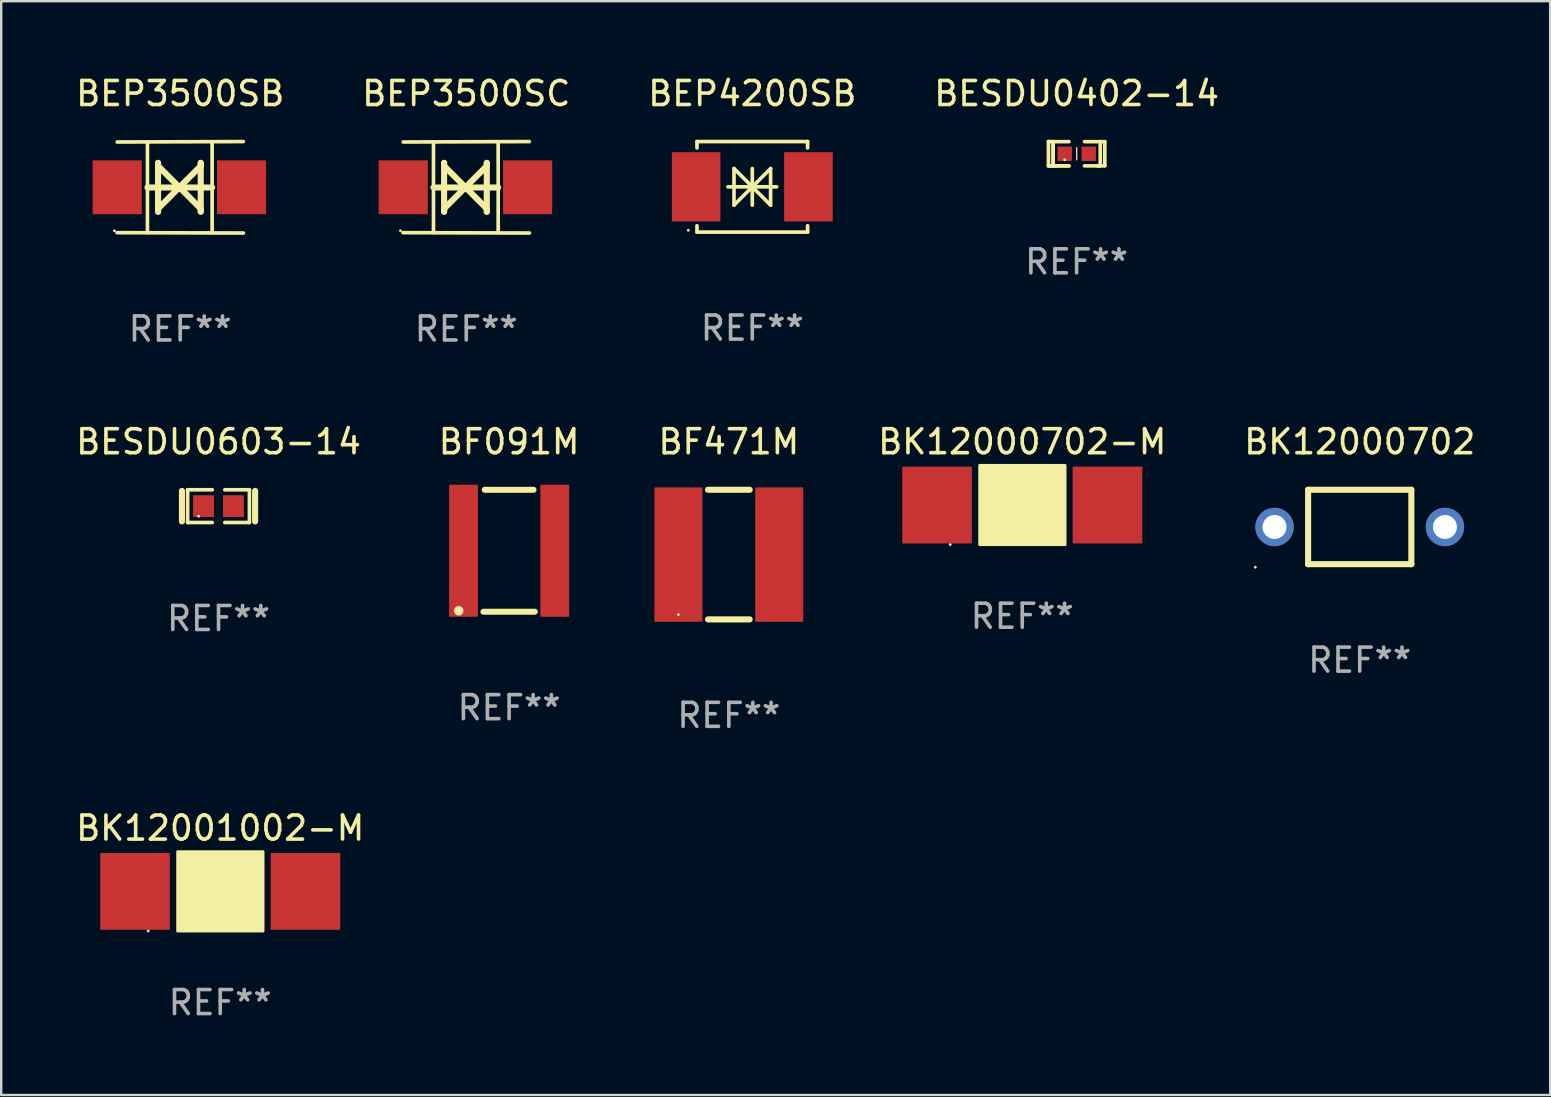
<source format=kicad_pcb>
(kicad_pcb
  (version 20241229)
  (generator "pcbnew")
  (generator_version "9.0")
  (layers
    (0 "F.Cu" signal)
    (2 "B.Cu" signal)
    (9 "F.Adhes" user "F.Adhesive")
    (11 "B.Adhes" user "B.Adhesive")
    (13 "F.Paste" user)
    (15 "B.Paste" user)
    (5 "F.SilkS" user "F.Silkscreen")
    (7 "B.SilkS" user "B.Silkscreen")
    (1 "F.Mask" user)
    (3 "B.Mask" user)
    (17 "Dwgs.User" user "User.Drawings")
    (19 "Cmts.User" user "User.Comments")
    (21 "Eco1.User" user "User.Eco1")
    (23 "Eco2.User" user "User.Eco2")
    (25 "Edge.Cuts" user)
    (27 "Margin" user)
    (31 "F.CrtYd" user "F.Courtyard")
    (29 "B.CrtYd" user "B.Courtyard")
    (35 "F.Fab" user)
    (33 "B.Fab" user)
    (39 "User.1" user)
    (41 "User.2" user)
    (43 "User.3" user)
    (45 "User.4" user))
  (footprint "BK12000702-M"
    (layer "F.Cu")
    (at 39.539 17.99)
    (property "Reference" "BK12000702-M" (at 0 -2.635 0) (layer "F.SilkS") (effects (font (size 1 1) (thickness 0.15))))
    (attr through_hole)
    (fp_line (start -0.636 -0.635) (end -0.255 -0.254) (stroke (width 0.254) (type solid)) (layer "F.SilkS"))
    (fp_line (start -0.636 0.635) (end -0.636 -0.635) (stroke (width 0.254) (type solid)) (layer "F.SilkS"))
    (fp_line (start -0.509 -0.508) (end 0.634 0.635) (stroke (width 0.254) (type solid)) (layer "F.SilkS"))
    (fp_line (start 0.634 -0.635) (end -0.636 0.635) (stroke (width 0.254) (type solid)) (layer "F.SilkS"))
    (fp_line (start 0.634 0.635) (end 0.634 -0.635) (stroke (width 0.254) (type solid)) (layer "F.SilkS"))
    (fp_circle (center -3 1.65) (end -2.97 1.65) (stroke (width 0.06) (type solid)) (fill no) (layer "F.SilkS"))
    (fp_poly (pts (xy -1.772 -1.651) (xy 1.784 -1.651) (xy 1.784 1.651) (xy -1.772 1.651)) (stroke (width 0.12) (type solid)) (fill yes) (layer "F.SilkS"))
    (fp_text user "REF**" (at 0 4.635 0) (layer "F.Fab") (effects (font (size 1 1) (thickness 0.15))))
    (pad "1" smd rect (at -3.55 0) (size 2.9 3.2) (layers "F.Cu" "F.Mask" "F.Paste"))
    (pad "2" smd rect (at 3.55 0) (size 2.9 3.2) (layers "F.Cu" "F.Mask" "F.Paste")))
  (footprint "BK12000702"
    (layer "F.Cu")
    (at 53.599 18.905)
    (property "Reference" "BK12000702" (at 0 -3.55 0) (layer "F.SilkS") (effects (font (size 1 1) (thickness 0.15))))
    (attr through_hole)
    (fp_line (start -2.15 -1.55) (end 2.15 -1.55) (stroke (width 0.254) (type solid)) (layer "F.SilkS"))
    (fp_line (start -2.15 1.55) (end -2.15 -1.55) (stroke (width 0.254) (type solid)) (layer "F.SilkS"))
    (fp_line (start 2.15 -1.55) (end 2.15 1.549) (stroke (width 0.254) (type solid)) (layer "F.SilkS"))
    (fp_line (start 2.15 1.55) (end -2.15 1.55) (stroke (width 0.254) (type solid)) (layer "F.SilkS"))
    (fp_circle (center -4.35 1.677) (end -4.32 1.677) (stroke (width 0.06) (type solid)) (fill no) (layer "F.SilkS"))
    (fp_text user "REF**" (at 0 5.55 0) (layer "F.Fab") (effects (font (size 1 1) (thickness 0.15))))
    (pad "1" thru_hole circle (at -3.55 0) (size 1.6 1.6) (drill 1) (layers "*.Cu" "*.Mask"))
    (pad "2" thru_hole circle (at 3.55 0) (size 1.6 1.6) (drill 1) (layers "*.Cu" "*.Mask")))
  (footprint "BESDU0402-14"
    (layer "F.Cu")
    (at 41.804 3.354)
    (property "Reference" "BESDU0402-14" (at 0 -2.506 0) (layer "F.SilkS") (effects (font (size 1 1) (thickness 0.15))))
    (attr through_hole)
    (fp_line (start -1.174 -0.506) (end -0.977 -0.502) (stroke (width 0.152) (type solid)) (layer "F.SilkS"))
    (fp_line (start -1.174 0.506) (end -1.174 -0.506) (stroke (width 0.152) (type solid)) (layer "F.SilkS"))
    (fp_line (start -0.977 -0.502) (end -0.977 0.506) (stroke (width 0.152) (type solid)) (layer "F.SilkS"))
    (fp_line (start -0.977 -0.502) (end -0.977 0.506) (stroke (width 0.152) (type solid)) (layer "F.SilkS"))
    (fp_line (start -0.977 0.506) (end -1.166 0.506) (stroke (width 0.152) (type solid)) (layer "F.SilkS"))
    (fp_line (start -0.977 0.506) (end -0.32 0.506) (stroke (width 0.152) (type solid)) (layer "F.SilkS"))
    (fp_line (start -0.977 0.506) (end -0.32 0.506) (stroke (width 0.152) (type solid)) (layer "F.SilkS"))
    (fp_line (start -0.971 0.506) (end -1.174 0.506) (stroke (width 0.152) (type solid)) (layer "F.SilkS"))
    (fp_line (start -0.32 -0.502) (end -0.977 -0.502) (stroke (width 0.152) (type solid)) (layer "F.SilkS"))
    (fp_line (start 0.004 -0.252) (end 0.004 0.256) (stroke (width 0.051) (type solid)) (layer "F.SilkS"))
    (fp_line (start 0.328 0.506) (end 0.985 0.506) (stroke (width 0.152) (type solid)) (layer "F.SilkS"))
    (fp_line (start 0.985 -0.502) (end 0.328 -0.502) (stroke (width 0.152) (type solid)) (layer "F.SilkS"))
    (fp_line (start 0.985 -0.502) (end 1.174 -0.502) (stroke (width 0.152) (type solid)) (layer "F.SilkS"))
    (fp_line (start 0.985 0.506) (end 0.985 -0.502) (stroke (width 0.152) (type solid)) (layer "F.SilkS"))
    (fp_line (start 1.174 -0.502) (end 1.174 0.502) (stroke (width 0.152) (type solid)) (layer "F.SilkS"))
    (fp_line (start 1.174 0.502) (end 0.851 0.502) (stroke (width 0.152) (type solid)) (layer "F.SilkS"))
    (fp_circle (center -0.497 0.253) (end -0.467 0.253) (stroke (width 0.06) (type solid)) (fill no) (layer "F.SilkS"))
    (fp_text user "REF**" (at 0 4.506 0) (layer "F.Fab") (effects (font (size 1 1) (thickness 0.15))))
    (pad "1" smd rect (at -0.496 0.002) (size 0.6 0.6) (layers "F.Cu" "F.Mask" "F.Paste"))
    (pad "2" smd rect (at 0.504 0.002) (size 0.6 0.6) (layers "F.Cu" "F.Mask" "F.Paste")))
  (footprint "BEP4200SB"
    (layer "F.Cu")
    (at 28.292 4.734)
    (property "Reference" "BEP4200SB" (at 0 -3.886 0) (layer "F.SilkS") (effects (font (size 1 1) (thickness 0.15))))
    (attr through_hole)
    (fp_line (start -2.304 -1.886) (end -2.304 -1.622) (stroke (width 0.152) (type solid)) (layer "F.SilkS"))
    (fp_line (start -2.304 -1.886) (end 2.304 -1.886) (stroke (width 0.152) (type solid)) (layer "F.SilkS"))
    (fp_line (start -2.304 1.622) (end -2.304 1.886) (stroke (width 0.152) (type solid)) (layer "F.SilkS"))
    (fp_line (start -2.304 1.886) (end 2.304 1.886) (stroke (width 0.152) (type solid)) (layer "F.SilkS"))
    (fp_line (start -1.016 0) (end 1.016 0) (stroke (width 0.152) (type solid)) (layer "F.SilkS"))
    (fp_line (start -0.762 -0.762) (end -0.762 0.762) (stroke (width 0.152) (type solid)) (layer "F.SilkS"))
    (fp_line (start -0.762 0.762) (end 0 0) (stroke (width 0.152) (type solid)) (layer "F.SilkS"))
    (fp_line (start 0 -0.762) (end 0 0.762) (stroke (width 0.152) (type solid)) (layer "F.SilkS"))
    (fp_line (start 0 0) (end -0.762 -0.762) (stroke (width 0.152) (type solid)) (layer "F.SilkS"))
    (fp_line (start 0 0) (end 0.762 0.762) (stroke (width 0.152) (type solid)) (layer "F.SilkS"))
    (fp_line (start 0.762 -0.762) (end 0 0) (stroke (width 0.152) (type solid)) (layer "F.SilkS"))
    (fp_line (start 0.762 0.762) (end 0.762 -0.762) (stroke (width 0.152) (type solid)) (layer "F.SilkS"))
    (fp_line (start 2.304 -1.886) (end 2.304 -1.622) (stroke (width 0.152) (type solid)) (layer "F.SilkS"))
    (fp_line (start 2.304 1.622) (end 2.304 1.886) (stroke (width 0.152) (type solid)) (layer "F.SilkS"))
    (fp_circle (center -2.668 1.81) (end -2.638 1.81) (stroke (width 0.06) (type solid)) (fill no) (layer "F.SilkS"))
    (fp_text user "REF**" (at 0 5.886 0) (layer "F.Fab") (effects (font (size 1 1) (thickness 0.15))))
    (pad "1" smd rect (at -2.34 0) (size 2.024 2.884) (layers "F.Cu" "F.Mask" "F.Paste"))
    (pad "2" smd rect (at 2.34 0) (size 2.024 2.884) (layers "F.Cu" "F.Mask" "F.Paste")))
  (footprint "BK12001002-M"
    (layer "F.Cu")
    (at 6.125 34.086)
    (property "Reference" "BK12001002-M" (at 0 -2.635 0) (layer "F.SilkS") (effects (font (size 1 1) (thickness 0.15))))
    (attr through_hole)
    (fp_line (start -0.636 -0.635) (end -0.255 -0.254) (stroke (width 0.254) (type solid)) (layer "F.SilkS"))
    (fp_line (start -0.636 0.635) (end -0.636 -0.635) (stroke (width 0.254) (type solid)) (layer "F.SilkS"))
    (fp_line (start -0.509 -0.508) (end 0.634 0.635) (stroke (width 0.254) (type solid)) (layer "F.SilkS"))
    (fp_line (start 0.634 -0.635) (end -0.636 0.635) (stroke (width 0.254) (type solid)) (layer "F.SilkS"))
    (fp_line (start 0.634 0.635) (end 0.634 -0.635) (stroke (width 0.254) (type solid)) (layer "F.SilkS"))
    (fp_circle (center -3 1.65) (end -2.97 1.65) (stroke (width 0.06) (type solid)) (fill no) (layer "F.SilkS"))
    (fp_poly (pts (xy -1.772 -1.651) (xy 1.784 -1.651) (xy 1.784 1.651) (xy -1.772 1.651)) (stroke (width 0.12) (type solid)) (fill yes) (layer "F.SilkS"))
    (fp_text user "REF**" (at 0 4.635 0) (layer "F.Fab") (effects (font (size 1 1) (thickness 0.15))))
    (pad "1" smd rect (at -3.55 0) (size 2.9 3.2) (layers "F.Cu" "F.Mask" "F.Paste"))
    (pad "2" smd rect (at 3.55 0) (size 2.9 3.2) (layers "F.Cu" "F.Mask" "F.Paste")))
  (footprint "BF091M"
    (layer "F.Cu")
    (at 18.161 19.895)
    (property "Reference" "BF091M" (at 0 -4.54 0) (layer "F.SilkS") (effects (font (size 1 1) (thickness 0.15))))
    (attr through_hole)
    (fp_line (start -1.071 2.54) (end 1.071 2.54) (stroke (width 0.25) (type solid)) (layer "F.SilkS"))
    (fp_line (start -1.016 -2.54) (end 1.016 -2.54) (stroke (width 0.25) (type solid)) (layer "F.SilkS"))
    (fp_circle (center -2.1 2.5) (end -2 2.5) (stroke (width 0.2) (type solid)) (fill no) (layer "F.SilkS"))
    (fp_text user "REF**" (at 0 6.54 0) (layer "F.Fab") (effects (font (size 1 1) (thickness 0.15))))
    (pad "1" smd rect (at -1.9 0) (size 1.2 5.5) (layers "F.Cu" "F.Mask" "F.Paste"))
    (pad "2" smd rect (at 1.9 0) (size 1.2 5.5) (layers "F.Cu" "F.Mask" "F.Paste")))
  (footprint "BF471M"
    (layer "F.Cu")
    (at 27.314 20.055)
    (property "Reference" "BF471M" (at 0 -4.7 0) (layer "F.SilkS") (effects (font (size 1 1) (thickness 0.15))))
    (attr through_hole)
    (fp_line (start -0.869 -2.7) (end 0.869 -2.7) (stroke (width 0.254) (type solid)) (layer "F.SilkS"))
    (fp_line (start -0.869 2.7) (end 0.869 2.7) (stroke (width 0.254) (type solid)) (layer "F.SilkS"))
    (fp_circle (center -2.1 2.5) (end -2.07 2.5) (stroke (width 0.06) (type solid)) (fill no) (layer "F.SilkS"))
    (fp_text user "REF**" (at 0 6.7 0) (layer "F.Fab") (effects (font (size 1 1) (thickness 0.15))))
    (pad "1" smd rect (at -2.1 0) (size 2 5.6) (layers "F.Cu" "F.Mask" "F.Paste"))
    (pad "2" smd rect (at 2.1 0) (size 2 5.6) (layers "F.Cu" "F.Mask" "F.Paste")))
  (footprint "BEP3500SB"
    (layer "F.Cu")
    (at 4.458 4.753)
    (property "Reference" "BEP3500SB" (at 0 -3.905 0) (layer "F.SilkS") (effects (font (size 1 1) (thickness 0.15))))
    (attr through_hole)
    (fp_line (start -1.365 1.886) (end -1.365 -1.886) (stroke (width 0.152) (type solid)) (layer "F.SilkS"))
    (fp_line (start -1.365 0.008) (end 1.33 0.008) (stroke (width 0.254) (type solid)) (layer "F.SilkS"))
    (fp_line (start -0.923 -1.016) (end -0.923 1.016) (stroke (width 0.254) (type solid)) (layer "F.SilkS"))
    (fp_line (start -0.923 -0.889) (end -0.923 -1.016) (stroke (width 0.254) (type solid)) (layer "F.SilkS"))
    (fp_line (start -0.923 0.889) (end -0.034 0) (stroke (width 0.254) (type solid)) (layer "F.SilkS"))
    (fp_line (start -0.923 1.016) (end -0.923 0.889) (stroke (width 0.254) (type solid)) (layer "F.SilkS"))
    (fp_line (start -0.034 0) (end -0.923 -0.889) (stroke (width 0.254) (type solid)) (layer "F.SilkS"))
    (fp_line (start -0.034 0) (end 0.855 0.889) (stroke (width 0.254) (type solid)) (layer "F.SilkS"))
    (fp_line (start 0.855 -1.016) (end 0.855 -0.889) (stroke (width 0.254) (type solid)) (layer "F.SilkS"))
    (fp_line (start 0.855 -0.889) (end -0.034 0) (stroke (width 0.254) (type solid)) (layer "F.SilkS"))
    (fp_line (start 0.855 0.889) (end 0.855 1.016) (stroke (width 0.254) (type solid)) (layer "F.SilkS"))
    (fp_line (start 0.855 1.016) (end 0.855 -1.016) (stroke (width 0.254) (type solid)) (layer "F.SilkS"))
    (fp_line (start 1.33 1.886) (end 1.33 -1.886) (stroke (width 0.152) (type solid)) (layer "F.SilkS"))
    (fp_line (start 2.629 -1.905) (end -2.625 -1.887) (stroke (width 0.152) (type solid)) (layer "F.SilkS"))
    (fp_line (start 2.633 1.905) (end -2.633 1.89) (stroke (width 0.152) (type solid)) (layer "F.SilkS"))
    (fp_circle (center -2.741 1.81) (end -2.711 1.81) (stroke (width 0.06) (type solid)) (fill no) (layer "F.SilkS"))
    (fp_text user "REF**" (at 0 5.905 0) (layer "F.Fab") (effects (font (size 1 1) (thickness 0.15))))
    (pad "1" smd rect (at -2.625 0) (size 2.047 2.241) (layers "F.Cu" "F.Mask" "F.Paste"))
    (pad "2" smd rect (at 2.557 0) (size 2.047 2.241) (layers "F.Cu" "F.Mask" "F.Paste")))
  (footprint "BESDU0603-14"
    (layer "F.Cu")
    (at 6.054 18.037)
    (property "Reference" "BESDU0603-14" (at 0 -2.682 0) (layer "F.SilkS") (effects (font (size 1 1) (thickness 0.15))))
    (attr through_hole)
    (fp_line (start -1.524 -0.635) (end -1.524 0.635) (stroke (width 0.254) (type solid)) (layer "F.SilkS"))
    (fp_line (start -1.287 -0.682) (end -0.261 -0.682) (stroke (width 0.152) (type solid)) (layer "F.SilkS"))
    (fp_line (start -1.287 0.682) (end -1.287 -0.682) (stroke (width 0.152) (type solid)) (layer "F.SilkS"))
    (fp_line (start -0.261 0.682) (end -1.287 0.682) (stroke (width 0.152) (type solid)) (layer "F.SilkS"))
    (fp_line (start 0.261 0.682) (end 1.287 0.682) (stroke (width 0.152) (type solid)) (layer "F.SilkS"))
    (fp_line (start 1.287 -0.682) (end 0.261 -0.682) (stroke (width 0.152) (type solid)) (layer "F.SilkS"))
    (fp_line (start 1.287 0.682) (end 1.287 -0.682) (stroke (width 0.152) (type solid)) (layer "F.SilkS"))
    (fp_line (start 1.524 -0.635) (end 1.524 0.635) (stroke (width 0.254) (type solid)) (layer "F.SilkS"))
    (fp_circle (center -0.83 0.42) (end -0.8 0.42) (stroke (width 0.06) (type solid)) (fill no) (layer "F.SilkS"))
    (fp_text user "REF**" (at 0 4.682 0) (layer "F.Fab") (effects (font (size 1 1) (thickness 0.15))))
    (pad "1" smd rect (at -0.622 0) (size 0.873 0.907) (layers "F.Cu" "F.Mask" "F.Paste"))
    (pad "2" smd rect (at 0.622 0) (size 0.873 0.907) (layers "F.Cu" "F.Mask" "F.Paste")))
  (footprint "BEP3500SC"
    (layer "F.Cu")
    (at 16.375 4.753)
    (property "Reference" "BEP3500SC" (at 0 -3.905 0) (layer "F.SilkS") (effects (font (size 1 1) (thickness 0.15))))
    (attr through_hole)
    (fp_line (start -1.365 1.886) (end -1.365 -1.886) (stroke (width 0.152) (type solid)) (layer "F.SilkS"))
    (fp_line (start -1.365 0.008) (end 1.33 0.008) (stroke (width 0.254) (type solid)) (layer "F.SilkS"))
    (fp_line (start -0.923 -1.016) (end -0.923 1.016) (stroke (width 0.254) (type solid)) (layer "F.SilkS"))
    (fp_line (start -0.923 -0.889) (end -0.923 -1.016) (stroke (width 0.254) (type solid)) (layer "F.SilkS"))
    (fp_line (start -0.923 0.889) (end -0.034 0) (stroke (width 0.254) (type solid)) (layer "F.SilkS"))
    (fp_line (start -0.923 1.016) (end -0.923 0.889) (stroke (width 0.254) (type solid)) (layer "F.SilkS"))
    (fp_line (start -0.034 0) (end -0.923 -0.889) (stroke (width 0.254) (type solid)) (layer "F.SilkS"))
    (fp_line (start -0.034 0) (end 0.855 0.889) (stroke (width 0.254) (type solid)) (layer "F.SilkS"))
    (fp_line (start 0.855 -1.016) (end 0.855 -0.889) (stroke (width 0.254) (type solid)) (layer "F.SilkS"))
    (fp_line (start 0.855 -0.889) (end -0.034 0) (stroke (width 0.254) (type solid)) (layer "F.SilkS"))
    (fp_line (start 0.855 0.889) (end 0.855 1.016) (stroke (width 0.254) (type solid)) (layer "F.SilkS"))
    (fp_line (start 0.855 1.016) (end 0.855 -1.016) (stroke (width 0.254) (type solid)) (layer "F.SilkS"))
    (fp_line (start 1.33 1.886) (end 1.33 -1.886) (stroke (width 0.152) (type solid)) (layer "F.SilkS"))
    (fp_line (start 2.629 -1.905) (end -2.625 -1.887) (stroke (width 0.152) (type solid)) (layer "F.SilkS"))
    (fp_line (start 2.633 1.905) (end -2.633 1.89) (stroke (width 0.152) (type solid)) (layer "F.SilkS"))
    (fp_circle (center -2.741 1.81) (end -2.711 1.81) (stroke (width 0.06) (type solid)) (fill no) (layer "F.SilkS"))
    (fp_text user "REF**" (at 0 5.905 0) (layer "F.Fab") (effects (font (size 1 1) (thickness 0.15))))
    (pad "1" smd rect (at -2.625 0) (size 2.047 2.241) (layers "F.Cu" "F.Mask" "F.Paste"))
    (pad "2" smd rect (at 2.557 0) (size 2.047 2.241) (layers "F.Cu" "F.Mask" "F.Paste")))
  (gr_rect
    (start -3 -3)
    (end 61.533 42.57)
    (stroke (width 0.1) (type default))
    (fill no)
    (layer "Edge.Cuts")))
</source>
